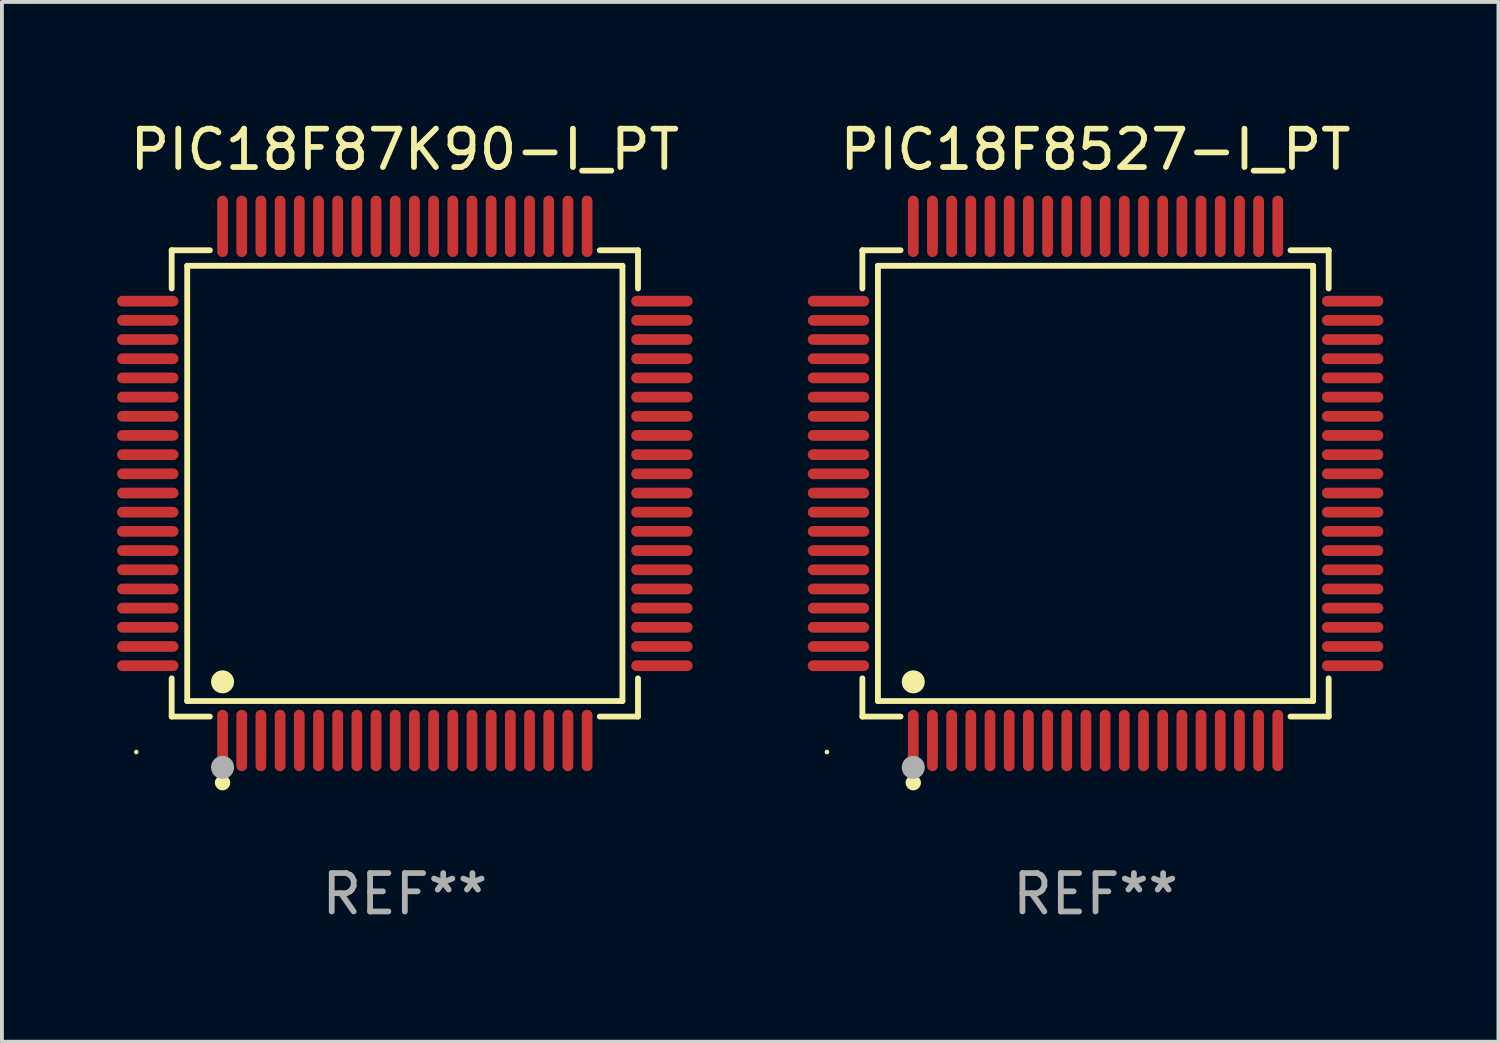
<source format=kicad_pcb>
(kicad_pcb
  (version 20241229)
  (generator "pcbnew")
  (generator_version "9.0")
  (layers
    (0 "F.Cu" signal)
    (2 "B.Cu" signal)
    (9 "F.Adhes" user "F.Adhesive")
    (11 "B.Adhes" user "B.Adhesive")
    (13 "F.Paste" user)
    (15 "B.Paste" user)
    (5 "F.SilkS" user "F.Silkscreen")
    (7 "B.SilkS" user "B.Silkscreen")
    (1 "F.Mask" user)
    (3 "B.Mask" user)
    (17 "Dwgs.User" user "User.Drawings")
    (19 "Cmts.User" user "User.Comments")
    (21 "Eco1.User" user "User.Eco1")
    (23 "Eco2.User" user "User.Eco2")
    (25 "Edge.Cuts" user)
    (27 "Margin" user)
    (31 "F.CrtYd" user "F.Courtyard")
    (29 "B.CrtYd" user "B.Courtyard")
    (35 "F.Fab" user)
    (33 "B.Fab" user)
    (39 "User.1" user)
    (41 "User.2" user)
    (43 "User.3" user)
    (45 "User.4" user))
  (footprint "PIC18F8527-I_PT"
    (layer "F.Cu")
    (at 25.5 9.548)
    (property "Reference" "PIC18F8527-I_PT" (at 0 -8.7 0) (layer "F.SilkS") (effects (font (size 1 1) (thickness 0.15))))
    (attr through_hole)
    (fp_line (start -6.076 -6.076) (end -5.081 -6.076) (stroke (width 0.152) (type solid)) (layer "F.SilkS"))
    (fp_line (start -6.076 -5.081) (end -6.076 -6.076) (stroke (width 0.152) (type solid)) (layer "F.SilkS"))
    (fp_line (start -6.076 5.081) (end -6.076 6.076) (stroke (width 0.152) (type solid)) (layer "F.SilkS"))
    (fp_line (start -6.076 6.076) (end -5.081 6.076) (stroke (width 0.152) (type solid)) (layer "F.SilkS"))
    (fp_line (start -5.671 -5.671) (end 5.671 -5.671) (stroke (width 0.152) (type solid)) (layer "F.SilkS"))
    (fp_line (start -5.671 5.671) (end -5.671 -5.671) (stroke (width 0.152) (type solid)) (layer "F.SilkS"))
    (fp_line (start 5.671 -5.671) (end 5.671 5.671) (stroke (width 0.152) (type solid)) (layer "F.SilkS"))
    (fp_line (start 5.671 5.671) (end -5.671 5.671) (stroke (width 0.152) (type solid)) (layer "F.SilkS"))
    (fp_line (start 6.076 -6.076) (end 5.081 -6.076) (stroke (width 0.152) (type solid)) (layer "F.SilkS"))
    (fp_line (start 6.076 -5.081) (end 6.076 -6.076) (stroke (width 0.152) (type solid)) (layer "F.SilkS"))
    (fp_line (start 6.076 5.081) (end 6.076 6.076) (stroke (width 0.152) (type solid)) (layer "F.SilkS"))
    (fp_line (start 6.076 6.076) (end 5.081 6.076) (stroke (width 0.152) (type solid)) (layer "F.SilkS"))
    (fp_circle (center -7 7) (end -6.97 7) (stroke (width 0.06) (type solid)) (fill no) (layer "F.SilkS"))
    (fp_circle (center -4.75 5.171) (end -4.6 5.171) (stroke (width 0.3) (type solid)) (fill no) (layer "F.SilkS"))
    (fp_circle (center -4.75 7.8) (end -4.65 7.8) (stroke (width 0.2) (type solid)) (fill no) (layer "F.SilkS"))
    (fp_circle (center -4.75 7.4) (end -4.6 7.4) (stroke (width 0.3) (type solid)) (fill no) (layer "F.Fab"))
    (fp_text user "REF**" (at 0 10.7 0) (layer "F.Fab") (effects (font (size 1 1) (thickness 0.15))))
    (pad "1" smd oval (at -4.75 6.7) (size 0.28 1.6) (layers "F.Cu" "F.Mask" "F.Paste"))
    (pad "2" smd oval (at -4.25 6.7) (size 0.28 1.6) (layers "F.Cu" "F.Mask" "F.Paste"))
    (pad "3" smd oval (at -3.75 6.7) (size 0.28 1.6) (layers "F.Cu" "F.Mask" "F.Paste"))
    (pad "4" smd oval (at -3.25 6.7) (size 0.28 1.6) (layers "F.Cu" "F.Mask" "F.Paste"))
    (pad "5" smd oval (at -2.75 6.7) (size 0.28 1.6) (layers "F.Cu" "F.Mask" "F.Paste"))
    (pad "6" smd oval (at -2.25 6.7) (size 0.28 1.6) (layers "F.Cu" "F.Mask" "F.Paste"))
    (pad "7" smd oval (at -1.75 6.7) (size 0.28 1.6) (layers "F.Cu" "F.Mask" "F.Paste"))
    (pad "8" smd oval (at -1.25 6.7) (size 0.28 1.6) (layers "F.Cu" "F.Mask" "F.Paste"))
    (pad "9" smd oval (at -0.75 6.7) (size 0.28 1.6) (layers "F.Cu" "F.Mask" "F.Paste"))
    (pad "10" smd oval (at -0.25 6.7) (size 0.28 1.6) (layers "F.Cu" "F.Mask" "F.Paste"))
    (pad "11" smd oval (at 0.25 6.7) (size 0.28 1.6) (layers "F.Cu" "F.Mask" "F.Paste"))
    (pad "12" smd oval (at 0.75 6.7) (size 0.28 1.6) (layers "F.Cu" "F.Mask" "F.Paste"))
    (pad "13" smd oval (at 1.25 6.7) (size 0.28 1.6) (layers "F.Cu" "F.Mask" "F.Paste"))
    (pad "14" smd oval (at 1.75 6.7) (size 0.28 1.6) (layers "F.Cu" "F.Mask" "F.Paste"))
    (pad "15" smd oval (at 2.25 6.7) (size 0.28 1.6) (layers "F.Cu" "F.Mask" "F.Paste"))
    (pad "16" smd oval (at 2.75 6.7) (size 0.28 1.6) (layers "F.Cu" "F.Mask" "F.Paste"))
    (pad "17" smd oval (at 3.25 6.7) (size 0.28 1.6) (layers "F.Cu" "F.Mask" "F.Paste"))
    (pad "18" smd oval (at 3.75 6.7) (size 0.28 1.6) (layers "F.Cu" "F.Mask" "F.Paste"))
    (pad "19" smd oval (at 4.25 6.7) (size 0.28 1.6) (layers "F.Cu" "F.Mask" "F.Paste"))
    (pad "20" smd oval (at 4.75 6.7) (size 0.28 1.6) (layers "F.Cu" "F.Mask" "F.Paste"))
    (pad "21" smd oval (at 6.7 4.75) (size 1.6 0.28) (layers "F.Cu" "F.Mask" "F.Paste"))
    (pad "22" smd oval (at 6.7 4.25) (size 1.6 0.28) (layers "F.Cu" "F.Mask" "F.Paste"))
    (pad "23" smd oval (at 6.7 3.75) (size 1.6 0.28) (layers "F.Cu" "F.Mask" "F.Paste"))
    (pad "24" smd oval (at 6.7 3.25) (size 1.6 0.28) (layers "F.Cu" "F.Mask" "F.Paste"))
    (pad "25" smd oval (at 6.7 2.75) (size 1.6 0.28) (layers "F.Cu" "F.Mask" "F.Paste"))
    (pad "26" smd oval (at 6.7 2.25) (size 1.6 0.28) (layers "F.Cu" "F.Mask" "F.Paste"))
    (pad "27" smd oval (at 6.7 1.75) (size 1.6 0.28) (layers "F.Cu" "F.Mask" "F.Paste"))
    (pad "28" smd oval (at 6.7 1.25) (size 1.6 0.28) (layers "F.Cu" "F.Mask" "F.Paste"))
    (pad "29" smd oval (at 6.7 0.75) (size 1.6 0.28) (layers "F.Cu" "F.Mask" "F.Paste"))
    (pad "30" smd oval (at 6.7 0.25) (size 1.6 0.28) (layers "F.Cu" "F.Mask" "F.Paste"))
    (pad "31" smd oval (at 6.7 -0.25) (size 1.6 0.28) (layers "F.Cu" "F.Mask" "F.Paste"))
    (pad "32" smd oval (at 6.7 -0.75) (size 1.6 0.28) (layers "F.Cu" "F.Mask" "F.Paste"))
    (pad "33" smd oval (at 6.7 -1.25) (size 1.6 0.28) (layers "F.Cu" "F.Mask" "F.Paste"))
    (pad "34" smd oval (at 6.7 -1.75) (size 1.6 0.28) (layers "F.Cu" "F.Mask" "F.Paste"))
    (pad "35" smd oval (at 6.7 -2.25) (size 1.6 0.28) (layers "F.Cu" "F.Mask" "F.Paste"))
    (pad "36" smd oval (at 6.7 -2.75) (size 1.6 0.28) (layers "F.Cu" "F.Mask" "F.Paste"))
    (pad "37" smd oval (at 6.7 -3.25) (size 1.6 0.28) (layers "F.Cu" "F.Mask" "F.Paste"))
    (pad "38" smd oval (at 6.7 -3.75) (size 1.6 0.28) (layers "F.Cu" "F.Mask" "F.Paste"))
    (pad "39" smd oval (at 6.7 -4.25) (size 1.6 0.28) (layers "F.Cu" "F.Mask" "F.Paste"))
    (pad "40" smd oval (at 6.7 -4.75) (size 1.6 0.28) (layers "F.Cu" "F.Mask" "F.Paste"))
    (pad "41" smd oval (at 4.75 -6.7) (size 0.28 1.6) (layers "F.Cu" "F.Mask" "F.Paste"))
    (pad "42" smd oval (at 4.25 -6.7) (size 0.28 1.6) (layers "F.Cu" "F.Mask" "F.Paste"))
    (pad "43" smd oval (at 3.75 -6.7) (size 0.28 1.6) (layers "F.Cu" "F.Mask" "F.Paste"))
    (pad "44" smd oval (at 3.25 -6.7) (size 0.28 1.6) (layers "F.Cu" "F.Mask" "F.Paste"))
    (pad "45" smd oval (at 2.75 -6.7) (size 0.28 1.6) (layers "F.Cu" "F.Mask" "F.Paste"))
    (pad "46" smd oval (at 2.25 -6.7) (size 0.28 1.6) (layers "F.Cu" "F.Mask" "F.Paste"))
    (pad "47" smd oval (at 1.75 -6.7) (size 0.28 1.6) (layers "F.Cu" "F.Mask" "F.Paste"))
    (pad "48" smd oval (at 1.25 -6.7) (size 0.28 1.6) (layers "F.Cu" "F.Mask" "F.Paste"))
    (pad "49" smd oval (at 0.75 -6.7) (size 0.28 1.6) (layers "F.Cu" "F.Mask" "F.Paste"))
    (pad "50" smd oval (at 0.25 -6.7) (size 0.28 1.6) (layers "F.Cu" "F.Mask" "F.Paste"))
    (pad "51" smd oval (at -0.25 -6.7) (size 0.28 1.6) (layers "F.Cu" "F.Mask" "F.Paste"))
    (pad "52" smd oval (at -0.75 -6.7) (size 0.28 1.6) (layers "F.Cu" "F.Mask" "F.Paste"))
    (pad "53" smd oval (at -1.25 -6.7) (size 0.28 1.6) (layers "F.Cu" "F.Mask" "F.Paste"))
    (pad "54" smd oval (at -1.75 -6.7) (size 0.28 1.6) (layers "F.Cu" "F.Mask" "F.Paste"))
    (pad "55" smd oval (at -2.25 -6.7) (size 0.28 1.6) (layers "F.Cu" "F.Mask" "F.Paste"))
    (pad "56" smd oval (at -2.75 -6.7) (size 0.28 1.6) (layers "F.Cu" "F.Mask" "F.Paste"))
    (pad "57" smd oval (at -3.25 -6.7) (size 0.28 1.6) (layers "F.Cu" "F.Mask" "F.Paste"))
    (pad "58" smd oval (at -3.75 -6.7) (size 0.28 1.6) (layers "F.Cu" "F.Mask" "F.Paste"))
    (pad "59" smd oval (at -4.25 -6.7) (size 0.28 1.6) (layers "F.Cu" "F.Mask" "F.Paste"))
    (pad "60" smd oval (at -4.75 -6.7) (size 0.28 1.6) (layers "F.Cu" "F.Mask" "F.Paste"))
    (pad "61" smd oval (at -6.7 -4.75) (size 1.6 0.28) (layers "F.Cu" "F.Mask" "F.Paste"))
    (pad "62" smd oval (at -6.7 -4.25) (size 1.6 0.28) (layers "F.Cu" "F.Mask" "F.Paste"))
    (pad "63" smd oval (at -6.7 -3.75) (size 1.6 0.28) (layers "F.Cu" "F.Mask" "F.Paste"))
    (pad "64" smd oval (at -6.7 -3.25) (size 1.6 0.28) (layers "F.Cu" "F.Mask" "F.Paste"))
    (pad "65" smd oval (at -6.7 -2.75) (size 1.6 0.28) (layers "F.Cu" "F.Mask" "F.Paste"))
    (pad "66" smd oval (at -6.7 -2.25) (size 1.6 0.28) (layers "F.Cu" "F.Mask" "F.Paste"))
    (pad "67" smd oval (at -6.7 -1.75) (size 1.6 0.28) (layers "F.Cu" "F.Mask" "F.Paste"))
    (pad "68" smd oval (at -6.7 -1.25) (size 1.6 0.28) (layers "F.Cu" "F.Mask" "F.Paste"))
    (pad "69" smd oval (at -6.7 -0.75) (size 1.6 0.28) (layers "F.Cu" "F.Mask" "F.Paste"))
    (pad "70" smd oval (at -6.7 -0.25) (size 1.6 0.28) (layers "F.Cu" "F.Mask" "F.Paste"))
    (pad "71" smd oval (at -6.7 0.25) (size 1.6 0.28) (layers "F.Cu" "F.Mask" "F.Paste"))
    (pad "72" smd oval (at -6.7 0.75) (size 1.6 0.28) (layers "F.Cu" "F.Mask" "F.Paste"))
    (pad "73" smd oval (at -6.7 1.25) (size 1.6 0.28) (layers "F.Cu" "F.Mask" "F.Paste"))
    (pad "74" smd oval (at -6.7 1.75) (size 1.6 0.28) (layers "F.Cu" "F.Mask" "F.Paste"))
    (pad "75" smd oval (at -6.7 2.25) (size 1.6 0.28) (layers "F.Cu" "F.Mask" "F.Paste"))
    (pad "76" smd oval (at -6.7 2.75) (size 1.6 0.28) (layers "F.Cu" "F.Mask" "F.Paste"))
    (pad "77" smd oval (at -6.7 3.25) (size 1.6 0.28) (layers "F.Cu" "F.Mask" "F.Paste"))
    (pad "78" smd oval (at -6.7 3.75) (size 1.6 0.28) (layers "F.Cu" "F.Mask" "F.Paste"))
    (pad "79" smd oval (at -6.7 4.25) (size 1.6 0.28) (layers "F.Cu" "F.Mask" "F.Paste"))
    (pad "80" smd oval (at -6.7 4.75) (size 1.6 0.28) (layers "F.Cu" "F.Mask" "F.Paste")))
  (footprint "PIC18F87K90-I_PT"
    (layer "F.Cu")
    (at 7.5 9.548)
    (property "Reference" "PIC18F87K90-I_PT" (at 0 -8.7 0) (layer "F.SilkS") (effects (font (size 1 1) (thickness 0.15))))
    (attr through_hole)
    (fp_line (start -6.076 -6.076) (end -5.081 -6.076) (stroke (width 0.152) (type solid)) (layer "F.SilkS"))
    (fp_line (start -6.076 -5.081) (end -6.076 -6.076) (stroke (width 0.152) (type solid)) (layer "F.SilkS"))
    (fp_line (start -6.076 5.081) (end -6.076 6.076) (stroke (width 0.152) (type solid)) (layer "F.SilkS"))
    (fp_line (start -6.076 6.076) (end -5.081 6.076) (stroke (width 0.152) (type solid)) (layer "F.SilkS"))
    (fp_line (start -5.671 -5.671) (end 5.671 -5.671) (stroke (width 0.152) (type solid)) (layer "F.SilkS"))
    (fp_line (start -5.671 5.671) (end -5.671 -5.671) (stroke (width 0.152) (type solid)) (layer "F.SilkS"))
    (fp_line (start 5.671 -5.671) (end 5.671 5.671) (stroke (width 0.152) (type solid)) (layer "F.SilkS"))
    (fp_line (start 5.671 5.671) (end -5.671 5.671) (stroke (width 0.152) (type solid)) (layer "F.SilkS"))
    (fp_line (start 6.076 -6.076) (end 5.081 -6.076) (stroke (width 0.152) (type solid)) (layer "F.SilkS"))
    (fp_line (start 6.076 -5.081) (end 6.076 -6.076) (stroke (width 0.152) (type solid)) (layer "F.SilkS"))
    (fp_line (start 6.076 5.081) (end 6.076 6.076) (stroke (width 0.152) (type solid)) (layer "F.SilkS"))
    (fp_line (start 6.076 6.076) (end 5.081 6.076) (stroke (width 0.152) (type solid)) (layer "F.SilkS"))
    (fp_circle (center -7 7) (end -6.97 7) (stroke (width 0.06) (type solid)) (fill no) (layer "F.SilkS"))
    (fp_circle (center -4.75 5.171) (end -4.6 5.171) (stroke (width 0.3) (type solid)) (fill no) (layer "F.SilkS"))
    (fp_circle (center -4.75 7.8) (end -4.65 7.8) (stroke (width 0.2) (type solid)) (fill no) (layer "F.SilkS"))
    (fp_circle (center -4.75 7.4) (end -4.6 7.4) (stroke (width 0.3) (type solid)) (fill no) (layer "F.Fab"))
    (fp_text user "REF**" (at 0 10.7 0) (layer "F.Fab") (effects (font (size 1 1) (thickness 0.15))))
    (pad "1" smd oval (at -4.75 6.7) (size 0.28 1.6) (layers "F.Cu" "F.Mask" "F.Paste"))
    (pad "2" smd oval (at -4.25 6.7) (size 0.28 1.6) (layers "F.Cu" "F.Mask" "F.Paste"))
    (pad "3" smd oval (at -3.75 6.7) (size 0.28 1.6) (layers "F.Cu" "F.Mask" "F.Paste"))
    (pad "4" smd oval (at -3.25 6.7) (size 0.28 1.6) (layers "F.Cu" "F.Mask" "F.Paste"))
    (pad "5" smd oval (at -2.75 6.7) (size 0.28 1.6) (layers "F.Cu" "F.Mask" "F.Paste"))
    (pad "6" smd oval (at -2.25 6.7) (size 0.28 1.6) (layers "F.Cu" "F.Mask" "F.Paste"))
    (pad "7" smd oval (at -1.75 6.7) (size 0.28 1.6) (layers "F.Cu" "F.Mask" "F.Paste"))
    (pad "8" smd oval (at -1.25 6.7) (size 0.28 1.6) (layers "F.Cu" "F.Mask" "F.Paste"))
    (pad "9" smd oval (at -0.75 6.7) (size 0.28 1.6) (layers "F.Cu" "F.Mask" "F.Paste"))
    (pad "10" smd oval (at -0.25 6.7) (size 0.28 1.6) (layers "F.Cu" "F.Mask" "F.Paste"))
    (pad "11" smd oval (at 0.25 6.7) (size 0.28 1.6) (layers "F.Cu" "F.Mask" "F.Paste"))
    (pad "12" smd oval (at 0.75 6.7) (size 0.28 1.6) (layers "F.Cu" "F.Mask" "F.Paste"))
    (pad "13" smd oval (at 1.25 6.7) (size 0.28 1.6) (layers "F.Cu" "F.Mask" "F.Paste"))
    (pad "14" smd oval (at 1.75 6.7) (size 0.28 1.6) (layers "F.Cu" "F.Mask" "F.Paste"))
    (pad "15" smd oval (at 2.25 6.7) (size 0.28 1.6) (layers "F.Cu" "F.Mask" "F.Paste"))
    (pad "16" smd oval (at 2.75 6.7) (size 0.28 1.6) (layers "F.Cu" "F.Mask" "F.Paste"))
    (pad "17" smd oval (at 3.25 6.7) (size 0.28 1.6) (layers "F.Cu" "F.Mask" "F.Paste"))
    (pad "18" smd oval (at 3.75 6.7) (size 0.28 1.6) (layers "F.Cu" "F.Mask" "F.Paste"))
    (pad "19" smd oval (at 4.25 6.7) (size 0.28 1.6) (layers "F.Cu" "F.Mask" "F.Paste"))
    (pad "20" smd oval (at 4.75 6.7) (size 0.28 1.6) (layers "F.Cu" "F.Mask" "F.Paste"))
    (pad "21" smd oval (at 6.7 4.75) (size 1.6 0.28) (layers "F.Cu" "F.Mask" "F.Paste"))
    (pad "22" smd oval (at 6.7 4.25) (size 1.6 0.28) (layers "F.Cu" "F.Mask" "F.Paste"))
    (pad "23" smd oval (at 6.7 3.75) (size 1.6 0.28) (layers "F.Cu" "F.Mask" "F.Paste"))
    (pad "24" smd oval (at 6.7 3.25) (size 1.6 0.28) (layers "F.Cu" "F.Mask" "F.Paste"))
    (pad "25" smd oval (at 6.7 2.75) (size 1.6 0.28) (layers "F.Cu" "F.Mask" "F.Paste"))
    (pad "26" smd oval (at 6.7 2.25) (size 1.6 0.28) (layers "F.Cu" "F.Mask" "F.Paste"))
    (pad "27" smd oval (at 6.7 1.75) (size 1.6 0.28) (layers "F.Cu" "F.Mask" "F.Paste"))
    (pad "28" smd oval (at 6.7 1.25) (size 1.6 0.28) (layers "F.Cu" "F.Mask" "F.Paste"))
    (pad "29" smd oval (at 6.7 0.75) (size 1.6 0.28) (layers "F.Cu" "F.Mask" "F.Paste"))
    (pad "30" smd oval (at 6.7 0.25) (size 1.6 0.28) (layers "F.Cu" "F.Mask" "F.Paste"))
    (pad "31" smd oval (at 6.7 -0.25) (size 1.6 0.28) (layers "F.Cu" "F.Mask" "F.Paste"))
    (pad "32" smd oval (at 6.7 -0.75) (size 1.6 0.28) (layers "F.Cu" "F.Mask" "F.Paste"))
    (pad "33" smd oval (at 6.7 -1.25) (size 1.6 0.28) (layers "F.Cu" "F.Mask" "F.Paste"))
    (pad "34" smd oval (at 6.7 -1.75) (size 1.6 0.28) (layers "F.Cu" "F.Mask" "F.Paste"))
    (pad "35" smd oval (at 6.7 -2.25) (size 1.6 0.28) (layers "F.Cu" "F.Mask" "F.Paste"))
    (pad "36" smd oval (at 6.7 -2.75) (size 1.6 0.28) (layers "F.Cu" "F.Mask" "F.Paste"))
    (pad "37" smd oval (at 6.7 -3.25) (size 1.6 0.28) (layers "F.Cu" "F.Mask" "F.Paste"))
    (pad "38" smd oval (at 6.7 -3.75) (size 1.6 0.28) (layers "F.Cu" "F.Mask" "F.Paste"))
    (pad "39" smd oval (at 6.7 -4.25) (size 1.6 0.28) (layers "F.Cu" "F.Mask" "F.Paste"))
    (pad "40" smd oval (at 6.7 -4.75) (size 1.6 0.28) (layers "F.Cu" "F.Mask" "F.Paste"))
    (pad "41" smd oval (at 4.75 -6.7) (size 0.28 1.6) (layers "F.Cu" "F.Mask" "F.Paste"))
    (pad "42" smd oval (at 4.25 -6.7) (size 0.28 1.6) (layers "F.Cu" "F.Mask" "F.Paste"))
    (pad "43" smd oval (at 3.75 -6.7) (size 0.28 1.6) (layers "F.Cu" "F.Mask" "F.Paste"))
    (pad "44" smd oval (at 3.25 -6.7) (size 0.28 1.6) (layers "F.Cu" "F.Mask" "F.Paste"))
    (pad "45" smd oval (at 2.75 -6.7) (size 0.28 1.6) (layers "F.Cu" "F.Mask" "F.Paste"))
    (pad "46" smd oval (at 2.25 -6.7) (size 0.28 1.6) (layers "F.Cu" "F.Mask" "F.Paste"))
    (pad "47" smd oval (at 1.75 -6.7) (size 0.28 1.6) (layers "F.Cu" "F.Mask" "F.Paste"))
    (pad "48" smd oval (at 1.25 -6.7) (size 0.28 1.6) (layers "F.Cu" "F.Mask" "F.Paste"))
    (pad "49" smd oval (at 0.75 -6.7) (size 0.28 1.6) (layers "F.Cu" "F.Mask" "F.Paste"))
    (pad "50" smd oval (at 0.25 -6.7) (size 0.28 1.6) (layers "F.Cu" "F.Mask" "F.Paste"))
    (pad "51" smd oval (at -0.25 -6.7) (size 0.28 1.6) (layers "F.Cu" "F.Mask" "F.Paste"))
    (pad "52" smd oval (at -0.75 -6.7) (size 0.28 1.6) (layers "F.Cu" "F.Mask" "F.Paste"))
    (pad "53" smd oval (at -1.25 -6.7) (size 0.28 1.6) (layers "F.Cu" "F.Mask" "F.Paste"))
    (pad "54" smd oval (at -1.75 -6.7) (size 0.28 1.6) (layers "F.Cu" "F.Mask" "F.Paste"))
    (pad "55" smd oval (at -2.25 -6.7) (size 0.28 1.6) (layers "F.Cu" "F.Mask" "F.Paste"))
    (pad "56" smd oval (at -2.75 -6.7) (size 0.28 1.6) (layers "F.Cu" "F.Mask" "F.Paste"))
    (pad "57" smd oval (at -3.25 -6.7) (size 0.28 1.6) (layers "F.Cu" "F.Mask" "F.Paste"))
    (pad "58" smd oval (at -3.75 -6.7) (size 0.28 1.6) (layers "F.Cu" "F.Mask" "F.Paste"))
    (pad "59" smd oval (at -4.25 -6.7) (size 0.28 1.6) (layers "F.Cu" "F.Mask" "F.Paste"))
    (pad "60" smd oval (at -4.75 -6.7) (size 0.28 1.6) (layers "F.Cu" "F.Mask" "F.Paste"))
    (pad "61" smd oval (at -6.7 -4.75) (size 1.6 0.28) (layers "F.Cu" "F.Mask" "F.Paste"))
    (pad "62" smd oval (at -6.7 -4.25) (size 1.6 0.28) (layers "F.Cu" "F.Mask" "F.Paste"))
    (pad "63" smd oval (at -6.7 -3.75) (size 1.6 0.28) (layers "F.Cu" "F.Mask" "F.Paste"))
    (pad "64" smd oval (at -6.7 -3.25) (size 1.6 0.28) (layers "F.Cu" "F.Mask" "F.Paste"))
    (pad "65" smd oval (at -6.7 -2.75) (size 1.6 0.28) (layers "F.Cu" "F.Mask" "F.Paste"))
    (pad "66" smd oval (at -6.7 -2.25) (size 1.6 0.28) (layers "F.Cu" "F.Mask" "F.Paste"))
    (pad "67" smd oval (at -6.7 -1.75) (size 1.6 0.28) (layers "F.Cu" "F.Mask" "F.Paste"))
    (pad "68" smd oval (at -6.7 -1.25) (size 1.6 0.28) (layers "F.Cu" "F.Mask" "F.Paste"))
    (pad "69" smd oval (at -6.7 -0.75) (size 1.6 0.28) (layers "F.Cu" "F.Mask" "F.Paste"))
    (pad "70" smd oval (at -6.7 -0.25) (size 1.6 0.28) (layers "F.Cu" "F.Mask" "F.Paste"))
    (pad "71" smd oval (at -6.7 0.25) (size 1.6 0.28) (layers "F.Cu" "F.Mask" "F.Paste"))
    (pad "72" smd oval (at -6.7 0.75) (size 1.6 0.28) (layers "F.Cu" "F.Mask" "F.Paste"))
    (pad "73" smd oval (at -6.7 1.25) (size 1.6 0.28) (layers "F.Cu" "F.Mask" "F.Paste"))
    (pad "74" smd oval (at -6.7 1.75) (size 1.6 0.28) (layers "F.Cu" "F.Mask" "F.Paste"))
    (pad "75" smd oval (at -6.7 2.25) (size 1.6 0.28) (layers "F.Cu" "F.Mask" "F.Paste"))
    (pad "76" smd oval (at -6.7 2.75) (size 1.6 0.28) (layers "F.Cu" "F.Mask" "F.Paste"))
    (pad "77" smd oval (at -6.7 3.25) (size 1.6 0.28) (layers "F.Cu" "F.Mask" "F.Paste"))
    (pad "78" smd oval (at -6.7 3.75) (size 1.6 0.28) (layers "F.Cu" "F.Mask" "F.Paste"))
    (pad "79" smd oval (at -6.7 4.25) (size 1.6 0.28) (layers "F.Cu" "F.Mask" "F.Paste"))
    (pad "80" smd oval (at -6.7 4.75) (size 1.6 0.28) (layers "F.Cu" "F.Mask" "F.Paste")))
  (gr_rect
    (start -3 -3)
    (end 36 24.097)
    (stroke (width 0.1) (type default))
    (fill no)
    (layer "Edge.Cuts")))
</source>
